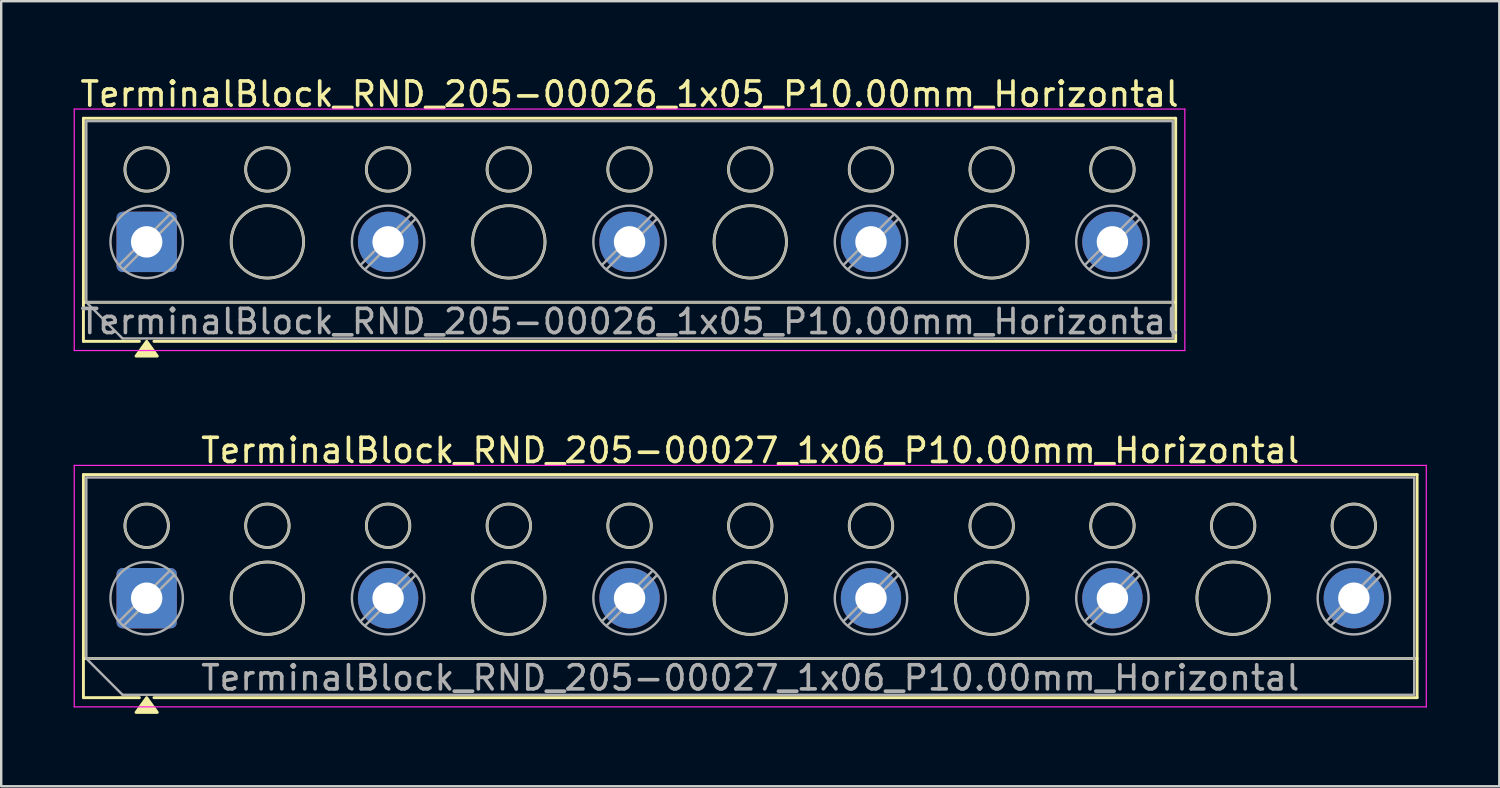
<source format=kicad_pcb>
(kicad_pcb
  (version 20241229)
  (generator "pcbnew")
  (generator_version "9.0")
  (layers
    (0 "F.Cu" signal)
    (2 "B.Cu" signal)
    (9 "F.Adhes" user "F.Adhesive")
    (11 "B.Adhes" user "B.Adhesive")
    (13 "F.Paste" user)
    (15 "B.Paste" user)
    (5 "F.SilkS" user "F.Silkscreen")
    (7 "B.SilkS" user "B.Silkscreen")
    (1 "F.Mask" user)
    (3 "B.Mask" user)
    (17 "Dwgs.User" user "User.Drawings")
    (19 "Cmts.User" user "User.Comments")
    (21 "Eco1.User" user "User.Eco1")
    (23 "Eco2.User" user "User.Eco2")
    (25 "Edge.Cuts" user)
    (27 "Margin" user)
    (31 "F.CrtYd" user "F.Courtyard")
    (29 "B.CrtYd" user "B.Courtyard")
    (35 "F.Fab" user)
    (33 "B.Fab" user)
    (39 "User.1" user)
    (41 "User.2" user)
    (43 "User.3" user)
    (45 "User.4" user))
  (footprint "TerminalBlock_RND_205-00027_1x06_P10.00mm_Horizontal"
    (layer "F.Cu")
    (at 3.025 21.727)
    (property "Reference" "TerminalBlock_RND_205-00027_1x06_P10.00mm_Horizontal" (at 25 -6.12 0) (layer "F.SilkS") (effects (font (size 1 1) (thickness 0.15))))
    (attr through_hole)
    (fp_line (start -2.62 -5.12) (end -2.62 4.12) (stroke (width 0.12) (type solid)) (layer "F.SilkS"))
    (fp_line (start -2.62 -5.12) (end 52.62 -5.12) (stroke (width 0.12) (type solid)) (layer "F.SilkS"))
    (fp_line (start -2.62 2.5) (end 52.62 2.5) (stroke (width 0.12) (type solid)) (layer "F.SilkS"))
    (fp_line (start -2.62 4.12) (end -0.3 4.12) (stroke (width 0.12) (type solid)) (layer "F.SilkS"))
    (fp_line (start 0.3 4.12) (end 52.62 4.12) (stroke (width 0.12) (type solid)) (layer "F.SilkS"))
    (fp_line (start 52.62 -5.12) (end 52.62 4.12) (stroke (width 0.12) (type solid)) (layer "F.SilkS"))
    (fp_circle (center 0 -3) (end 0.9 -3) (stroke (width 0.12) (type solid)) (fill no) (layer "F.SilkS"))
    (fp_circle (center 5 -3) (end 5.9 -3) (stroke (width 0.12) (type solid)) (fill no) (layer "F.SilkS"))
    (fp_circle (center 5 0) (end 6.5 0) (stroke (width 0.12) (type solid)) (fill no) (layer "F.SilkS"))
    (fp_circle (center 10 -3) (end 10.9 -3) (stroke (width 0.12) (type solid)) (fill no) (layer "F.SilkS"))
    (fp_circle (center 15 -3) (end 15.9 -3) (stroke (width 0.12) (type solid)) (fill no) (layer "F.SilkS"))
    (fp_circle (center 15 0) (end 16.5 0) (stroke (width 0.12) (type solid)) (fill no) (layer "F.SilkS"))
    (fp_circle (center 20 -3) (end 20.9 -3) (stroke (width 0.12) (type solid)) (fill no) (layer "F.SilkS"))
    (fp_circle (center 25 -3) (end 25.9 -3) (stroke (width 0.12) (type solid)) (fill no) (layer "F.SilkS"))
    (fp_circle (center 25 0) (end 26.5 0) (stroke (width 0.12) (type solid)) (fill no) (layer "F.SilkS"))
    (fp_circle (center 30 -3) (end 30.9 -3) (stroke (width 0.12) (type solid)) (fill no) (layer "F.SilkS"))
    (fp_circle (center 35 -3) (end 35.9 -3) (stroke (width 0.12) (type solid)) (fill no) (layer "F.SilkS"))
    (fp_circle (center 35 0) (end 36.5 0) (stroke (width 0.12) (type solid)) (fill no) (layer "F.SilkS"))
    (fp_circle (center 40 -3) (end 40.9 -3) (stroke (width 0.12) (type solid)) (fill no) (layer "F.SilkS"))
    (fp_circle (center 45 -3) (end 45.9 -3) (stroke (width 0.12) (type solid)) (fill no) (layer "F.SilkS"))
    (fp_circle (center 45 0) (end 46.5 0) (stroke (width 0.12) (type solid)) (fill no) (layer "F.SilkS"))
    (fp_circle (center 50 -3) (end 50.9 -3) (stroke (width 0.12) (type solid)) (fill no) (layer "F.SilkS"))
    (fp_poly (pts (xy 0 4.12) (xy 0.44 4.73) (xy -0.44 4.73)) (stroke (width 0.12) (type solid)) (fill yes) (layer "F.SilkS"))
    (fp_line (start -3 -5.5) (end -3 4.5) (stroke (width 0.05) (type solid)) (layer "F.CrtYd"))
    (fp_line (start -3 4.5) (end 53 4.5) (stroke (width 0.05) (type solid)) (layer "F.CrtYd"))
    (fp_line (start 53 -5.5) (end -3 -5.5) (stroke (width 0.05) (type solid)) (layer "F.CrtYd"))
    (fp_line (start 53 4.5) (end 53 -5.5) (stroke (width 0.05) (type solid)) (layer "F.CrtYd"))
    (fp_line (start -2.5 -5) (end 52.5 -5) (stroke (width 0.1) (type solid)) (layer "F.Fab"))
    (fp_line (start -2.5 2.5) (end -2.5 -5) (stroke (width 0.1) (type solid)) (layer "F.Fab"))
    (fp_line (start -2.5 2.5) (end 52.5 2.5) (stroke (width 0.1) (type solid)) (layer "F.Fab"))
    (fp_line (start -1 4) (end -2.5 2.5) (stroke (width 0.1) (type solid)) (layer "F.Fab"))
    (fp_line (start 0.955 -1.138) (end -1.138 0.954) (stroke (width 0.1) (type solid)) (layer "F.Fab"))
    (fp_line (start 1.138 -0.954) (end -0.955 1.137) (stroke (width 0.1) (type solid)) (layer "F.Fab"))
    (fp_line (start 10.955 -1.138) (end 8.862 0.954) (stroke (width 0.1) (type solid)) (layer "F.Fab"))
    (fp_line (start 11.138 -0.954) (end 9.045 1.137) (stroke (width 0.1) (type solid)) (layer "F.Fab"))
    (fp_line (start 20.955 -1.138) (end 18.862 0.954) (stroke (width 0.1) (type solid)) (layer "F.Fab"))
    (fp_line (start 21.138 -0.954) (end 19.045 1.137) (stroke (width 0.1) (type solid)) (layer "F.Fab"))
    (fp_line (start 30.955 -1.138) (end 28.862 0.954) (stroke (width 0.1) (type solid)) (layer "F.Fab"))
    (fp_line (start 31.138 -0.954) (end 29.045 1.137) (stroke (width 0.1) (type solid)) (layer "F.Fab"))
    (fp_line (start 40.955 -1.138) (end 38.862 0.954) (stroke (width 0.1) (type solid)) (layer "F.Fab"))
    (fp_line (start 41.138 -0.954) (end 39.045 1.137) (stroke (width 0.1) (type solid)) (layer "F.Fab"))
    (fp_line (start 50.955 -1.138) (end 48.862 0.954) (stroke (width 0.1) (type solid)) (layer "F.Fab"))
    (fp_line (start 51.138 -0.954) (end 49.045 1.137) (stroke (width 0.1) (type solid)) (layer "F.Fab"))
    (fp_line (start 52.5 -5) (end 52.5 4) (stroke (width 0.1) (type solid)) (layer "F.Fab"))
    (fp_line (start 52.5 4) (end -1 4) (stroke (width 0.1) (type solid)) (layer "F.Fab"))
    (fp_circle (center 0 -3) (end 0.9 -3) (stroke (width 0.1) (type solid)) (fill no) (layer "F.Fab"))
    (fp_circle (center 0 0) (end 1.5 0) (stroke (width 0.1) (type solid)) (fill no) (layer "F.Fab"))
    (fp_circle (center 5 -3) (end 5.9 -3) (stroke (width 0.1) (type solid)) (fill no) (layer "F.Fab"))
    (fp_circle (center 5 0) (end 6.5 0) (stroke (width 0.1) (type solid)) (fill no) (layer "F.Fab"))
    (fp_circle (center 10 -3) (end 10.9 -3) (stroke (width 0.1) (type solid)) (fill no) (layer "F.Fab"))
    (fp_circle (center 10 0) (end 11.5 0) (stroke (width 0.1) (type solid)) (fill no) (layer "F.Fab"))
    (fp_circle (center 15 -3) (end 15.9 -3) (stroke (width 0.1) (type solid)) (fill no) (layer "F.Fab"))
    (fp_circle (center 15 0) (end 16.5 0) (stroke (width 0.1) (type solid)) (fill no) (layer "F.Fab"))
    (fp_circle (center 20 -3) (end 20.9 -3) (stroke (width 0.1) (type solid)) (fill no) (layer "F.Fab"))
    (fp_circle (center 20 0) (end 21.5 0) (stroke (width 0.1) (type solid)) (fill no) (layer "F.Fab"))
    (fp_circle (center 25 -3) (end 25.9 -3) (stroke (width 0.1) (type solid)) (fill no) (layer "F.Fab"))
    (fp_circle (center 25 0) (end 26.5 0) (stroke (width 0.1) (type solid)) (fill no) (layer "F.Fab"))
    (fp_circle (center 30 -3) (end 30.9 -3) (stroke (width 0.1) (type solid)) (fill no) (layer "F.Fab"))
    (fp_circle (center 30 0) (end 31.5 0) (stroke (width 0.1) (type solid)) (fill no) (layer "F.Fab"))
    (fp_circle (center 35 -3) (end 35.9 -3) (stroke (width 0.1) (type solid)) (fill no) (layer "F.Fab"))
    (fp_circle (center 35 0) (end 36.5 0) (stroke (width 0.1) (type solid)) (fill no) (layer "F.Fab"))
    (fp_circle (center 40 -3) (end 40.9 -3) (stroke (width 0.1) (type solid)) (fill no) (layer "F.Fab"))
    (fp_circle (center 40 0) (end 41.5 0) (stroke (width 0.1) (type solid)) (fill no) (layer "F.Fab"))
    (fp_circle (center 45 -3) (end 45.9 -3) (stroke (width 0.1) (type solid)) (fill no) (layer "F.Fab"))
    (fp_circle (center 45 0) (end 46.5 0) (stroke (width 0.1) (type solid)) (fill no) (layer "F.Fab"))
    (fp_circle (center 50 -3) (end 50.9 -3) (stroke (width 0.1) (type solid)) (fill no) (layer "F.Fab"))
    (fp_circle (center 50 0) (end 51.5 0) (stroke (width 0.1) (type solid)) (fill no) (layer "F.Fab"))
    (fp_text user "${REFERENCE}" (at 25 3.3 0) (layer "F.Fab") (effects (font (size 1 1) (thickness 0.15))))
    (pad "1" thru_hole roundrect (at 0 0) (size 2.5 2.5) (drill 1.3) (layers "*.Cu" "*.Mask") (roundrect_rratio 0.1))
    (pad "2" thru_hole circle (at 10 0) (size 2.5 2.5) (drill 1.3) (layers "*.Cu" "*.Mask"))
    (pad "3" thru_hole circle (at 20 0) (size 2.5 2.5) (drill 1.3) (layers "*.Cu" "*.Mask"))
    (pad "4" thru_hole circle (at 30 0) (size 2.5 2.5) (drill 1.3) (layers "*.Cu" "*.Mask"))
    (pad "5" thru_hole circle (at 40 0) (size 2.5 2.5) (drill 1.3) (layers "*.Cu" "*.Mask"))
    (pad "6" thru_hole circle (at 50 0) (size 2.5 2.5) (drill 1.3) (layers "*.Cu" "*.Mask")))
  (footprint "TerminalBlock_RND_205-00026_1x05_P10.00mm_Horizontal"
    (layer "F.Cu")
    (at 3.025 6.968)
    (property "Reference" "TerminalBlock_RND_205-00026_1x05_P10.00mm_Horizontal" (at 20 -6.12 0) (layer "F.SilkS") (effects (font (size 1 1) (thickness 0.15))))
    (attr through_hole)
    (fp_line (start -2.62 -5.12) (end -2.62 4.12) (stroke (width 0.12) (type solid)) (layer "F.SilkS"))
    (fp_line (start -2.62 -5.12) (end 42.62 -5.12) (stroke (width 0.12) (type solid)) (layer "F.SilkS"))
    (fp_line (start -2.62 2.5) (end 42.62 2.5) (stroke (width 0.12) (type solid)) (layer "F.SilkS"))
    (fp_line (start -2.62 4.12) (end -0.3 4.12) (stroke (width 0.12) (type solid)) (layer "F.SilkS"))
    (fp_line (start 0.3 4.12) (end 42.62 4.12) (stroke (width 0.12) (type solid)) (layer "F.SilkS"))
    (fp_line (start 42.62 -5.12) (end 42.62 4.12) (stroke (width 0.12) (type solid)) (layer "F.SilkS"))
    (fp_circle (center 0 -3) (end 0.9 -3) (stroke (width 0.12) (type solid)) (fill no) (layer "F.SilkS"))
    (fp_circle (center 5 -3) (end 5.9 -3) (stroke (width 0.12) (type solid)) (fill no) (layer "F.SilkS"))
    (fp_circle (center 5 0) (end 6.5 0) (stroke (width 0.12) (type solid)) (fill no) (layer "F.SilkS"))
    (fp_circle (center 10 -3) (end 10.9 -3) (stroke (width 0.12) (type solid)) (fill no) (layer "F.SilkS"))
    (fp_circle (center 15 -3) (end 15.9 -3) (stroke (width 0.12) (type solid)) (fill no) (layer "F.SilkS"))
    (fp_circle (center 15 0) (end 16.5 0) (stroke (width 0.12) (type solid)) (fill no) (layer "F.SilkS"))
    (fp_circle (center 20 -3) (end 20.9 -3) (stroke (width 0.12) (type solid)) (fill no) (layer "F.SilkS"))
    (fp_circle (center 25 -3) (end 25.9 -3) (stroke (width 0.12) (type solid)) (fill no) (layer "F.SilkS"))
    (fp_circle (center 25 0) (end 26.5 0) (stroke (width 0.12) (type solid)) (fill no) (layer "F.SilkS"))
    (fp_circle (center 30 -3) (end 30.9 -3) (stroke (width 0.12) (type solid)) (fill no) (layer "F.SilkS"))
    (fp_circle (center 35 -3) (end 35.9 -3) (stroke (width 0.12) (type solid)) (fill no) (layer "F.SilkS"))
    (fp_circle (center 35 0) (end 36.5 0) (stroke (width 0.12) (type solid)) (fill no) (layer "F.SilkS"))
    (fp_circle (center 40 -3) (end 40.9 -3) (stroke (width 0.12) (type solid)) (fill no) (layer "F.SilkS"))
    (fp_poly (pts (xy 0 4.12) (xy 0.44 4.73) (xy -0.44 4.73)) (stroke (width 0.12) (type solid)) (fill yes) (layer "F.SilkS"))
    (fp_line (start -3 -5.5) (end -3 4.5) (stroke (width 0.05) (type solid)) (layer "F.CrtYd"))
    (fp_line (start -3 4.5) (end 43 4.5) (stroke (width 0.05) (type solid)) (layer "F.CrtYd"))
    (fp_line (start 43 -5.5) (end -3 -5.5) (stroke (width 0.05) (type solid)) (layer "F.CrtYd"))
    (fp_line (start 43 4.5) (end 43 -5.5) (stroke (width 0.05) (type solid)) (layer "F.CrtYd"))
    (fp_line (start -2.5 -5) (end 42.5 -5) (stroke (width 0.1) (type solid)) (layer "F.Fab"))
    (fp_line (start -2.5 2.5) (end -2.5 -5) (stroke (width 0.1) (type solid)) (layer "F.Fab"))
    (fp_line (start -2.5 2.5) (end 42.5 2.5) (stroke (width 0.1) (type solid)) (layer "F.Fab"))
    (fp_line (start -1 4) (end -2.5 2.5) (stroke (width 0.1) (type solid)) (layer "F.Fab"))
    (fp_line (start 0.955 -1.138) (end -1.138 0.954) (stroke (width 0.1) (type solid)) (layer "F.Fab"))
    (fp_line (start 1.138 -0.954) (end -0.955 1.137) (stroke (width 0.1) (type solid)) (layer "F.Fab"))
    (fp_line (start 10.955 -1.138) (end 8.862 0.954) (stroke (width 0.1) (type solid)) (layer "F.Fab"))
    (fp_line (start 11.138 -0.954) (end 9.045 1.137) (stroke (width 0.1) (type solid)) (layer "F.Fab"))
    (fp_line (start 20.955 -1.138) (end 18.862 0.954) (stroke (width 0.1) (type solid)) (layer "F.Fab"))
    (fp_line (start 21.138 -0.954) (end 19.045 1.137) (stroke (width 0.1) (type solid)) (layer "F.Fab"))
    (fp_line (start 30.955 -1.138) (end 28.862 0.954) (stroke (width 0.1) (type solid)) (layer "F.Fab"))
    (fp_line (start 31.138 -0.954) (end 29.045 1.137) (stroke (width 0.1) (type solid)) (layer "F.Fab"))
    (fp_line (start 40.955 -1.138) (end 38.862 0.954) (stroke (width 0.1) (type solid)) (layer "F.Fab"))
    (fp_line (start 41.138 -0.954) (end 39.045 1.137) (stroke (width 0.1) (type solid)) (layer "F.Fab"))
    (fp_line (start 42.5 -5) (end 42.5 4) (stroke (width 0.1) (type solid)) (layer "F.Fab"))
    (fp_line (start 42.5 4) (end -1 4) (stroke (width 0.1) (type solid)) (layer "F.Fab"))
    (fp_circle (center 0 -3) (end 0.9 -3) (stroke (width 0.1) (type solid)) (fill no) (layer "F.Fab"))
    (fp_circle (center 0 0) (end 1.5 0) (stroke (width 0.1) (type solid)) (fill no) (layer "F.Fab"))
    (fp_circle (center 5 -3) (end 5.9 -3) (stroke (width 0.1) (type solid)) (fill no) (layer "F.Fab"))
    (fp_circle (center 5 0) (end 6.5 0) (stroke (width 0.1) (type solid)) (fill no) (layer "F.Fab"))
    (fp_circle (center 10 -3) (end 10.9 -3) (stroke (width 0.1) (type solid)) (fill no) (layer "F.Fab"))
    (fp_circle (center 10 0) (end 11.5 0) (stroke (width 0.1) (type solid)) (fill no) (layer "F.Fab"))
    (fp_circle (center 15 -3) (end 15.9 -3) (stroke (width 0.1) (type solid)) (fill no) (layer "F.Fab"))
    (fp_circle (center 15 0) (end 16.5 0) (stroke (width 0.1) (type solid)) (fill no) (layer "F.Fab"))
    (fp_circle (center 20 -3) (end 20.9 -3) (stroke (width 0.1) (type solid)) (fill no) (layer "F.Fab"))
    (fp_circle (center 20 0) (end 21.5 0) (stroke (width 0.1) (type solid)) (fill no) (layer "F.Fab"))
    (fp_circle (center 25 -3) (end 25.9 -3) (stroke (width 0.1) (type solid)) (fill no) (layer "F.Fab"))
    (fp_circle (center 25 0) (end 26.5 0) (stroke (width 0.1) (type solid)) (fill no) (layer "F.Fab"))
    (fp_circle (center 30 -3) (end 30.9 -3) (stroke (width 0.1) (type solid)) (fill no) (layer "F.Fab"))
    (fp_circle (center 30 0) (end 31.5 0) (stroke (width 0.1) (type solid)) (fill no) (layer "F.Fab"))
    (fp_circle (center 35 -3) (end 35.9 -3) (stroke (width 0.1) (type solid)) (fill no) (layer "F.Fab"))
    (fp_circle (center 35 0) (end 36.5 0) (stroke (width 0.1) (type solid)) (fill no) (layer "F.Fab"))
    (fp_circle (center 40 -3) (end 40.9 -3) (stroke (width 0.1) (type solid)) (fill no) (layer "F.Fab"))
    (fp_circle (center 40 0) (end 41.5 0) (stroke (width 0.1) (type solid)) (fill no) (layer "F.Fab"))
    (fp_text user "${REFERENCE}" (at 20 3.3 0) (layer "F.Fab") (effects (font (size 1 1) (thickness 0.15))))
    (pad "1" thru_hole roundrect (at 0 0) (size 2.5 2.5) (drill 1.3) (layers "*.Cu" "*.Mask") (roundrect_rratio 0.1))
    (pad "2" thru_hole circle (at 10 0) (size 2.5 2.5) (drill 1.3) (layers "*.Cu" "*.Mask"))
    (pad "3" thru_hole circle (at 20 0) (size 2.5 2.5) (drill 1.3) (layers "*.Cu" "*.Mask"))
    (pad "4" thru_hole circle (at 30 0) (size 2.5 2.5) (drill 1.3) (layers "*.Cu" "*.Mask"))
    (pad "5" thru_hole circle (at 40 0) (size 2.5 2.5) (drill 1.3) (layers "*.Cu" "*.Mask")))
  (gr_rect
    (start -3 -3)
    (end 59.05 29.517)
    (stroke (width 0.1) (type default))
    (fill no)
    (layer "Edge.Cuts")))
</source>
